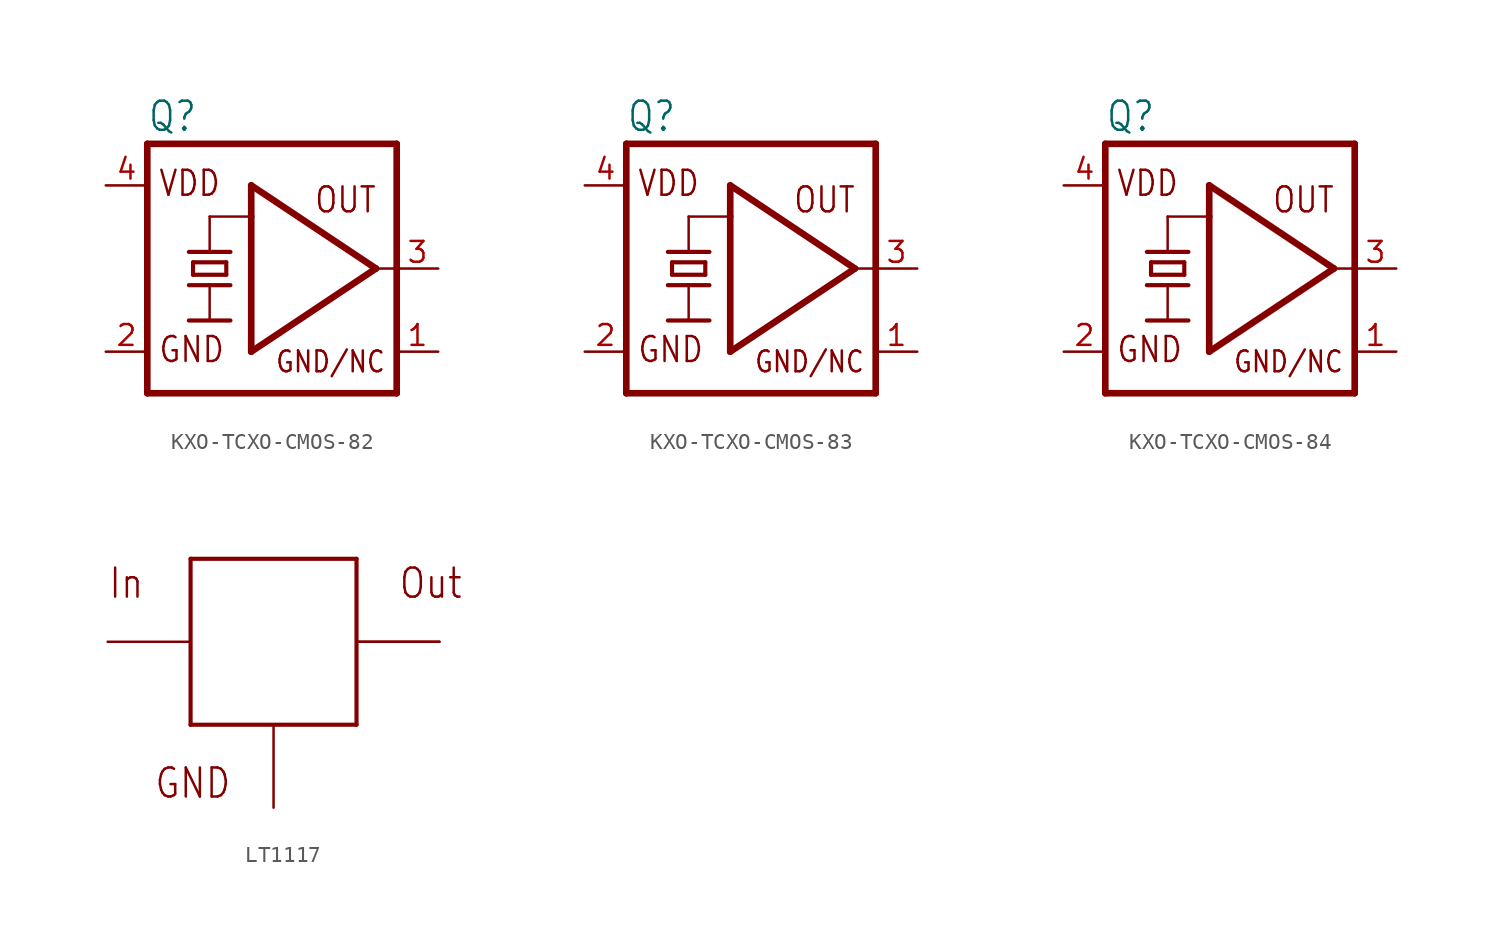
<source format=kicad_sym>
(kicad_symbol_lib
  (version 20231120)
  (generator "kicad_symbol_editor")
  (generator_version "8.0")
  (symbol "KXO-TCXO-CMOS-82"
    (property "Reference" "Q"
      (at -7.62 8.255 0)
      (effects (font (size 1.778 1.511)) (justify left bottom)))
    (property "ki_locked" ""
      (at 0 0 0)
      (effects (font (size 1.27 1.27))))
    (symbol "KXO-TCXO-CMOS-82_1_0"
      (polyline (pts (xy -7.62 7.62) (xy -7.62 -7.62)) (stroke (width 0.406) (type solid)) (fill (type none)))
      (polyline (pts (xy -7.62 7.62) (xy 7.62 7.62)) (stroke (width 0.406) (type solid)) (fill (type none)))
      (polyline (pts (xy -5.08 -3.175) (xy -2.54 -3.175)) (stroke (width 0.254) (type solid)) (fill (type none)))
      (polyline (pts (xy -5.08 -1.016) (xy -3.81 -1.016)) (stroke (width 0.254) (type solid)) (fill (type none)))
      (polyline (pts (xy -5.08 1.016) (xy -2.54 1.016)) (stroke (width 0.254) (type solid)) (fill (type none)))
      (polyline (pts (xy -4.826 -0.381) (xy -4.826 0.381)) (stroke (width 0.254) (type solid)) (fill (type none)))
      (polyline (pts (xy -4.826 -0.381) (xy -2.794 -0.381)) (stroke (width 0.254) (type solid)) (fill (type none)))
      (polyline (pts (xy -4.826 0.381) (xy -2.794 0.381)) (stroke (width 0.254) (type solid)) (fill (type none)))
      (polyline (pts (xy -3.81 -3.175) (xy -3.81 -1.016)) (stroke (width 0.152) (type solid)) (fill (type none)))
      (polyline (pts (xy -3.81 -1.016) (xy -2.54 -1.016)) (stroke (width 0.254) (type solid)) (fill (type none)))
      (polyline (pts (xy -3.81 1.016) (xy -3.81 3.175)) (stroke (width 0.152) (type solid)) (fill (type none)))
      (polyline (pts (xy -3.81 3.175) (xy -1.27 3.175)) (stroke (width 0.152) (type solid)) (fill (type none)))
      (polyline (pts (xy -2.794 0.381) (xy -2.794 -0.381)) (stroke (width 0.254) (type solid)) (fill (type none)))
      (polyline (pts (xy -1.27 -5.08) (xy -1.27 3.175)) (stroke (width 0.406) (type solid)) (fill (type none)))
      (polyline (pts (xy -1.27 3.175) (xy -1.27 5.08)) (stroke (width 0.406) (type solid)) (fill (type none)))
      (polyline (pts (xy -1.27 5.08) (xy 6.35 0)) (stroke (width 0.406) (type solid)) (fill (type none)))
      (polyline (pts (xy 6.35 0) (xy -1.27 -5.08)) (stroke (width 0.406) (type solid)) (fill (type none)))
      (polyline (pts (xy 6.35 0) (xy 7.62 0)) (stroke (width 0.152) (type solid)) (fill (type none)))
      (polyline (pts (xy 7.62 -7.62) (xy -7.62 -7.62)) (stroke (width 0.406) (type solid)) (fill (type none)))
      (polyline (pts (xy 7.62 -7.62) (xy 7.62 0)) (stroke (width 0.406) (type solid)) (fill (type none)))
      (polyline (pts (xy 7.62 0) (xy 7.62 7.62)) (stroke (width 0.406) (type solid)) (fill (type none)))
      (text "GND" (at -6.985 -5.842 0) (effects (font (size 1.524 1.295)) (justify left bottom)))
      (text "GND/NC" (at 6.985 -4.953 0) (effects (font (size 1.27 1.079)) (justify right top)))
      (text "OUT" (at 2.54 3.302 0) (effects (font (size 1.524 1.295)) (justify left bottom)))
      (text "VDD" (at -6.985 4.318 0) (effects (font (size 1.524 1.295)) (justify left bottom)))
      (pin power_in line (at 10.16 -5.08 180) (length 2.54) (name "GND/NC" (effects (font (size 0 0)))) (number "1" (effects (font (size 1.27 1.27)))))
      (pin power_in line (at -10.16 -5.08 0) (length 2.54) (name "GND" (effects (font (size 0 0)))) (number "2" (effects (font (size 1.27 1.27)))))
      (pin output line (at 10.16 0 180) (length 2.54) (name "OUT" (effects (font (size 0 0)))) (number "3" (effects (font (size 1.27 1.27)))))
      (pin power_in line (at -10.16 5.08 0) (length 2.54) (name "VDD" (effects (font (size 0 0)))) (number "4" (effects (font (size 1.27 1.27)))))))
  (symbol "KXO-TCXO-CMOS-83"
    (property "Reference" "Q"
      (at -7.62 8.255 0)
      (effects (font (size 1.778 1.511)) (justify left bottom)))
    (property "ki_locked" ""
      (at 0 0 0)
      (effects (font (size 1.27 1.27))))
    (symbol "KXO-TCXO-CMOS-83_1_0"
      (polyline (pts (xy -7.62 7.62) (xy -7.62 -7.62)) (stroke (width 0.406) (type solid)) (fill (type none)))
      (polyline (pts (xy -7.62 7.62) (xy 7.62 7.62)) (stroke (width 0.406) (type solid)) (fill (type none)))
      (polyline (pts (xy -5.08 -3.175) (xy -2.54 -3.175)) (stroke (width 0.254) (type solid)) (fill (type none)))
      (polyline (pts (xy -5.08 -1.016) (xy -3.81 -1.016)) (stroke (width 0.254) (type solid)) (fill (type none)))
      (polyline (pts (xy -5.08 1.016) (xy -2.54 1.016)) (stroke (width 0.254) (type solid)) (fill (type none)))
      (polyline (pts (xy -4.826 -0.381) (xy -4.826 0.381)) (stroke (width 0.254) (type solid)) (fill (type none)))
      (polyline (pts (xy -4.826 -0.381) (xy -2.794 -0.381)) (stroke (width 0.254) (type solid)) (fill (type none)))
      (polyline (pts (xy -4.826 0.381) (xy -2.794 0.381)) (stroke (width 0.254) (type solid)) (fill (type none)))
      (polyline (pts (xy -3.81 -3.175) (xy -3.81 -1.016)) (stroke (width 0.152) (type solid)) (fill (type none)))
      (polyline (pts (xy -3.81 -1.016) (xy -2.54 -1.016)) (stroke (width 0.254) (type solid)) (fill (type none)))
      (polyline (pts (xy -3.81 1.016) (xy -3.81 3.175)) (stroke (width 0.152) (type solid)) (fill (type none)))
      (polyline (pts (xy -3.81 3.175) (xy -1.27 3.175)) (stroke (width 0.152) (type solid)) (fill (type none)))
      (polyline (pts (xy -2.794 0.381) (xy -2.794 -0.381)) (stroke (width 0.254) (type solid)) (fill (type none)))
      (polyline (pts (xy -1.27 -5.08) (xy -1.27 3.175)) (stroke (width 0.406) (type solid)) (fill (type none)))
      (polyline (pts (xy -1.27 3.175) (xy -1.27 5.08)) (stroke (width 0.406) (type solid)) (fill (type none)))
      (polyline (pts (xy -1.27 5.08) (xy 6.35 0)) (stroke (width 0.406) (type solid)) (fill (type none)))
      (polyline (pts (xy 6.35 0) (xy -1.27 -5.08)) (stroke (width 0.406) (type solid)) (fill (type none)))
      (polyline (pts (xy 6.35 0) (xy 7.62 0)) (stroke (width 0.152) (type solid)) (fill (type none)))
      (polyline (pts (xy 7.62 -7.62) (xy -7.62 -7.62)) (stroke (width 0.406) (type solid)) (fill (type none)))
      (polyline (pts (xy 7.62 -7.62) (xy 7.62 0)) (stroke (width 0.406) (type solid)) (fill (type none)))
      (polyline (pts (xy 7.62 0) (xy 7.62 7.62)) (stroke (width 0.406) (type solid)) (fill (type none)))
      (text "GND" (at -6.985 -5.842 0) (effects (font (size 1.524 1.295)) (justify left bottom)))
      (text "GND/NC" (at 6.985 -4.953 0) (effects (font (size 1.27 1.079)) (justify right top)))
      (text "OUT" (at 2.54 3.302 0) (effects (font (size 1.524 1.295)) (justify left bottom)))
      (text "VDD" (at -6.985 4.318 0) (effects (font (size 1.524 1.295)) (justify left bottom)))
      (pin power_in line (at 10.16 -5.08 180) (length 2.54) (name "GND/NC" (effects (font (size 0 0)))) (number "1" (effects (font (size 1.27 1.27)))))
      (pin power_in line (at -10.16 -5.08 0) (length 2.54) (name "GND" (effects (font (size 0 0)))) (number "2" (effects (font (size 1.27 1.27)))))
      (pin output line (at 10.16 0 180) (length 2.54) (name "OUT" (effects (font (size 0 0)))) (number "3" (effects (font (size 1.27 1.27)))))
      (pin power_in line (at -10.16 5.08 0) (length 2.54) (name "VDD" (effects (font (size 0 0)))) (number "4" (effects (font (size 1.27 1.27)))))))
  (symbol "KXO-TCXO-CMOS-84"
    (property "Reference" "Q"
      (at -7.62 8.255 0)
      (effects (font (size 1.778 1.511)) (justify left bottom)))
    (property "ki_locked" ""
      (at 0 0 0)
      (effects (font (size 1.27 1.27))))
    (symbol "KXO-TCXO-CMOS-84_1_0"
      (polyline (pts (xy -7.62 7.62) (xy -7.62 -7.62)) (stroke (width 0.406) (type solid)) (fill (type none)))
      (polyline (pts (xy -7.62 7.62) (xy 7.62 7.62)) (stroke (width 0.406) (type solid)) (fill (type none)))
      (polyline (pts (xy -5.08 -3.175) (xy -2.54 -3.175)) (stroke (width 0.254) (type solid)) (fill (type none)))
      (polyline (pts (xy -5.08 -1.016) (xy -3.81 -1.016)) (stroke (width 0.254) (type solid)) (fill (type none)))
      (polyline (pts (xy -5.08 1.016) (xy -2.54 1.016)) (stroke (width 0.254) (type solid)) (fill (type none)))
      (polyline (pts (xy -4.826 -0.381) (xy -4.826 0.381)) (stroke (width 0.254) (type solid)) (fill (type none)))
      (polyline (pts (xy -4.826 -0.381) (xy -2.794 -0.381)) (stroke (width 0.254) (type solid)) (fill (type none)))
      (polyline (pts (xy -4.826 0.381) (xy -2.794 0.381)) (stroke (width 0.254) (type solid)) (fill (type none)))
      (polyline (pts (xy -3.81 -3.175) (xy -3.81 -1.016)) (stroke (width 0.152) (type solid)) (fill (type none)))
      (polyline (pts (xy -3.81 -1.016) (xy -2.54 -1.016)) (stroke (width 0.254) (type solid)) (fill (type none)))
      (polyline (pts (xy -3.81 1.016) (xy -3.81 3.175)) (stroke (width 0.152) (type solid)) (fill (type none)))
      (polyline (pts (xy -3.81 3.175) (xy -1.27 3.175)) (stroke (width 0.152) (type solid)) (fill (type none)))
      (polyline (pts (xy -2.794 0.381) (xy -2.794 -0.381)) (stroke (width 0.254) (type solid)) (fill (type none)))
      (polyline (pts (xy -1.27 -5.08) (xy -1.27 3.175)) (stroke (width 0.406) (type solid)) (fill (type none)))
      (polyline (pts (xy -1.27 3.175) (xy -1.27 5.08)) (stroke (width 0.406) (type solid)) (fill (type none)))
      (polyline (pts (xy -1.27 5.08) (xy 6.35 0)) (stroke (width 0.406) (type solid)) (fill (type none)))
      (polyline (pts (xy 6.35 0) (xy -1.27 -5.08)) (stroke (width 0.406) (type solid)) (fill (type none)))
      (polyline (pts (xy 6.35 0) (xy 7.62 0)) (stroke (width 0.152) (type solid)) (fill (type none)))
      (polyline (pts (xy 7.62 -7.62) (xy -7.62 -7.62)) (stroke (width 0.406) (type solid)) (fill (type none)))
      (polyline (pts (xy 7.62 -7.62) (xy 7.62 0)) (stroke (width 0.406) (type solid)) (fill (type none)))
      (polyline (pts (xy 7.62 0) (xy 7.62 7.62)) (stroke (width 0.406) (type solid)) (fill (type none)))
      (text "GND" (at -6.985 -5.842 0) (effects (font (size 1.524 1.295)) (justify left bottom)))
      (text "GND/NC" (at 6.985 -4.953 0) (effects (font (size 1.27 1.079)) (justify right top)))
      (text "OUT" (at 2.54 3.302 0) (effects (font (size 1.524 1.295)) (justify left bottom)))
      (text "VDD" (at -6.985 4.318 0) (effects (font (size 1.524 1.295)) (justify left bottom)))
      (pin power_in line (at 10.16 -5.08 180) (length 2.54) (name "GND/NC" (effects (font (size 0 0)))) (number "1" (effects (font (size 1.27 1.27)))))
      (pin power_in line (at -10.16 -5.08 0) (length 2.54) (name "GND" (effects (font (size 0 0)))) (number "2" (effects (font (size 1.27 1.27)))))
      (pin output line (at 10.16 0 180) (length 2.54) (name "OUT" (effects (font (size 0 0)))) (number "3" (effects (font (size 1.27 1.27)))))
      (pin power_in line (at -10.16 5.08 0) (length 2.54) (name "VDD" (effects (font (size 0 0)))) (number "4" (effects (font (size 1.27 1.27)))))))
  (symbol "LT1117"
    (property "Reference" ""
      (at 0 0 0)
      (effects (font (size 1.27 1.27)) (hide yes)))
    (property "ki_locked" ""
      (at 0 0 0)
      (effects (font (size 1.27 1.27))))
    (symbol "LT1117_1_0"
      (polyline (pts (xy -5.08 -2.54) (xy 5.08 -2.54)) (stroke (width 0.254) (type solid)) (fill (type none)))
      (polyline (pts (xy -5.08 7.62) (xy -5.08 -2.54)) (stroke (width 0.254) (type solid)) (fill (type none)))
      (polyline (pts (xy 5.08 -2.54) (xy 5.08 7.62)) (stroke (width 0.254) (type solid)) (fill (type none)))
      (polyline (pts (xy 5.08 7.62) (xy -5.08 7.62)) (stroke (width 0.254) (type solid)) (fill (type none)))
      (text "GND" (at -2.54 -5.08 0) (effects (font (size 1.778 1.511)) (justify right top)))
      (text "In" (at -10.16 5.08 0) (effects (font (size 1.778 1.511)) (justify left bottom)))
      (text "Out" (at 7.62 5.08 0) (effects (font (size 1.778 1.511)) (justify left bottom)))
      (pin bidirectional line (at 0 -7.62 90) (length 5.08) (name "GND" (effects (font (size 0 0)))) (number "1" (effects (font (size 0 0)))))
      (pin power_in line (at 10.16 2.54 180) (length 5.08) (name "VCC" (effects (font (size 0 0)))) (number "2" (effects (font (size 0 0)))))
      (pin bidirectional line (at -10.16 2.54 0) (length 5.08) (name "IN" (effects (font (size 0 0)))) (number "3" (effects (font (size 0 0)))))
      (pin power_in line (at 10.16 2.54 180) (length 5.08) (name "VCC" (effects (font (size 0 0)))) (number "4" (effects (font (size 0 0))))))))
</source>
